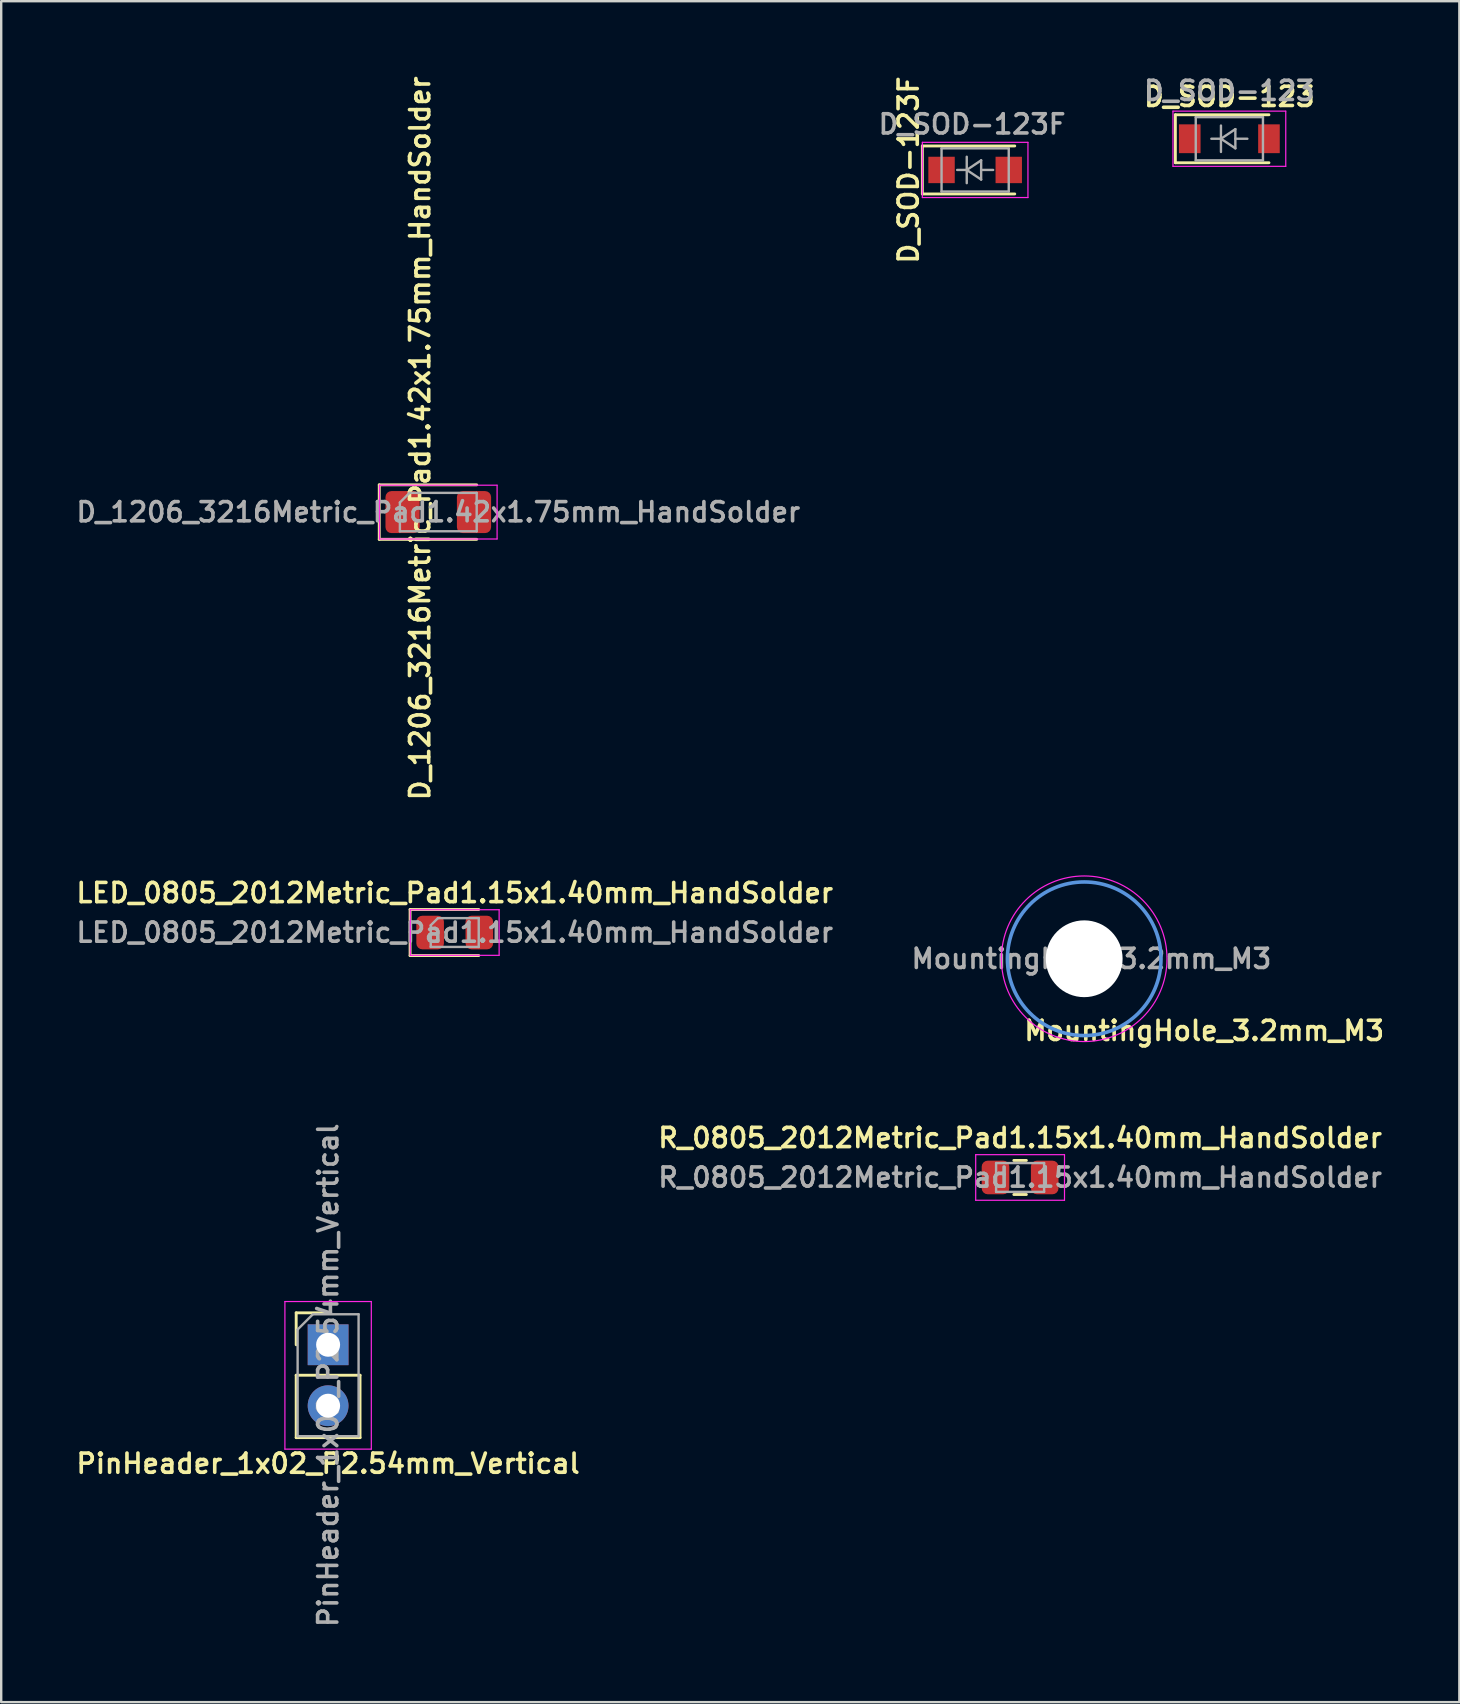
<source format=kicad_pcb>
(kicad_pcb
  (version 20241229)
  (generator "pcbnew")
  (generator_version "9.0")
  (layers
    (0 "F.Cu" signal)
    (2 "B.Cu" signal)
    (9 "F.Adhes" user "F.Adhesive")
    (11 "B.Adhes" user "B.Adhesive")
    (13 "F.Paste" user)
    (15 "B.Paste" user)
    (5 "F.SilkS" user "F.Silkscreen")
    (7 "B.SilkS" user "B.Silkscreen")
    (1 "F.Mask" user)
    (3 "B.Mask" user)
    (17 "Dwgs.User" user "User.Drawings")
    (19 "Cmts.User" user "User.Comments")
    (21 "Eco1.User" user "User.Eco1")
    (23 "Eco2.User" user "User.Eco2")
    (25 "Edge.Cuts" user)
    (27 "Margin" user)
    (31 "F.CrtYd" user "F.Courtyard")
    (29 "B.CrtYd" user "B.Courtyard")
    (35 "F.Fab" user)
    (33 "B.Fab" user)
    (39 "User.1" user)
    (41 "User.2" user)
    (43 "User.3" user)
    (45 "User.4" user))
  (footprint "D_SOD-123F"
    (layer "F.Cu")
    (at 37.581 4.031)
    (property "Reference" "D_SOD-123F" (at -2.775 0 90) (layer "F.SilkS") (effects (font (size 0.8 0.8) (thickness 0.15))))
    (attr smd)
    (fp_line (start -2.2 -1) (end -2.2 1) (stroke (width 0.12) (type solid)) (layer "F.SilkS"))
    (fp_line (start -2.2 -1) (end 1.65 -1) (stroke (width 0.12) (type solid)) (layer "F.SilkS"))
    (fp_line (start -2.2 1) (end 1.65 1) (stroke (width 0.12) (type solid)) (layer "F.SilkS"))
    (fp_line (start -2.2 -1.15) (end -2.2 1.15) (stroke (width 0.05) (type solid)) (layer "F.CrtYd"))
    (fp_line (start -2.2 -1.15) (end 2.2 -1.15) (stroke (width 0.05) (type solid)) (layer "F.CrtYd"))
    (fp_line (start 2.2 -1.15) (end 2.2 1.15) (stroke (width 0.05) (type solid)) (layer "F.CrtYd"))
    (fp_line (start 2.2 1.15) (end -2.2 1.15) (stroke (width 0.05) (type solid)) (layer "F.CrtYd"))
    (fp_line (start -1.4 -0.9) (end 1.4 -0.9) (stroke (width 0.1) (type solid)) (layer "F.Fab"))
    (fp_line (start -1.4 0.9) (end -1.4 -0.9) (stroke (width 0.1) (type solid)) (layer "F.Fab"))
    (fp_line (start -0.75 0) (end -0.35 0) (stroke (width 0.1) (type solid)) (layer "F.Fab"))
    (fp_line (start -0.35 0) (end -0.35 -0.55) (stroke (width 0.1) (type solid)) (layer "F.Fab"))
    (fp_line (start -0.35 0) (end -0.35 0.55) (stroke (width 0.1) (type solid)) (layer "F.Fab"))
    (fp_line (start -0.35 0) (end 0.25 -0.4) (stroke (width 0.1) (type solid)) (layer "F.Fab"))
    (fp_line (start 0.25 -0.4) (end 0.25 0.4) (stroke (width 0.1) (type solid)) (layer "F.Fab"))
    (fp_line (start 0.25 0) (end 0.75 0) (stroke (width 0.1) (type solid)) (layer "F.Fab"))
    (fp_line (start 0.25 0.4) (end -0.35 0) (stroke (width 0.1) (type solid)) (layer "F.Fab"))
    (fp_line (start 1.4 -0.9) (end 1.4 0.9) (stroke (width 0.1) (type solid)) (layer "F.Fab"))
    (fp_line (start 1.4 0.9) (end -1.4 0.9) (stroke (width 0.1) (type solid)) (layer "F.Fab"))
    (fp_text user "${REFERENCE}" (at -0.127 -1.905 0) (layer "F.Fab") (effects (font (size 0.8 0.8) (thickness 0.15))))
    (pad "1" smd rect (at -1.4 0) (size 1.1 1.1) (layers "F.Cu" "F.Mask" "F.Paste"))
    (pad "2" smd rect (at 1.4 0) (size 1.1 1.1) (layers "F.Cu" "F.Mask" "F.Paste")))
  (footprint "LED_0805_2012Metric_Pad1.15x1.40mm_HandSolder"
    (layer "F.Cu")
    (at 15.897 35.805)
    (property "Reference" "LED_0805_2012Metric_Pad1.15x1.40mm_HandSolder" (at 0 -1.65 0) (layer "F.SilkS") (effects (font (size 0.8 0.8) (thickness 0.15))))
    (attr smd)
    (fp_line (start -1.86 -0.96) (end -1.86 0.96) (stroke (width 0.12) (type solid)) (layer "F.SilkS"))
    (fp_line (start -1.86 0.96) (end 1 0.96) (stroke (width 0.12) (type solid)) (layer "F.SilkS"))
    (fp_line (start 1 -0.96) (end -1.86 -0.96) (stroke (width 0.12) (type solid)) (layer "F.SilkS"))
    (fp_line (start -1.85 -0.95) (end 1.85 -0.95) (stroke (width 0.05) (type solid)) (layer "F.CrtYd"))
    (fp_line (start -1.85 0.95) (end -1.85 -0.95) (stroke (width 0.05) (type solid)) (layer "F.CrtYd"))
    (fp_line (start 1.85 -0.95) (end 1.85 0.95) (stroke (width 0.05) (type solid)) (layer "F.CrtYd"))
    (fp_line (start 1.85 0.95) (end -1.85 0.95) (stroke (width 0.05) (type solid)) (layer "F.CrtYd"))
    (fp_line (start -1 -0.3) (end -1 0.6) (stroke (width 0.1) (type solid)) (layer "F.Fab"))
    (fp_line (start -1 0.6) (end 1 0.6) (stroke (width 0.1) (type solid)) (layer "F.Fab"))
    (fp_line (start -0.7 -0.6) (end -1 -0.3) (stroke (width 0.1) (type solid)) (layer "F.Fab"))
    (fp_line (start 1 -0.6) (end -0.7 -0.6) (stroke (width 0.1) (type solid)) (layer "F.Fab"))
    (fp_line (start 1 0.6) (end 1 -0.6) (stroke (width 0.1) (type solid)) (layer "F.Fab"))
    (fp_text user "${REFERENCE}" (at 0 0 0) (layer "F.Fab") (effects (font (size 0.8 0.8) (thickness 0.15))))
    (pad "1" smd roundrect (at -1.025 0) (size 1.15 1.4) (layers "F.Cu" "F.Mask" "F.Paste") (roundrect_rratio 0.217))
    (pad "2" smd roundrect (at 1.025 0) (size 1.15 1.4) (layers "F.Cu" "F.Mask" "F.Paste") (roundrect_rratio 0.217)))
  (footprint "MountingHole_3.2mm_M3"
    (layer "F.Cu")
    (at 42.125 36.898)
    (property "Reference" "MountingHole_3.2mm_M3" (at 5 3 0) (layer "F.SilkS") (effects (font (size 0.8 0.8) (thickness 0.15))))
    (attr exclude_from_pos_files exclude_from_bom)
    (fp_circle (center 0 0) (end 3.2 0) (stroke (width 0.15) (type solid)) (fill no) (layer "Cmts.User"))
    (fp_circle (center 0 0) (end 3.45 0) (stroke (width 0.05) (type solid)) (fill no) (layer "F.CrtYd"))
    (fp_text user "${REFERENCE}" (at 0.3 0 0) (layer "F.Fab") (effects (font (size 0.8 0.8) (thickness 0.15))))
    (pad "" np_thru_hole circle (at 0 0) (size 3.2 3.2) (drill 3.2) (layers "*.Cu" "*.Mask")))
  (footprint "PinHeader_1x02_P2.54mm_Vertical"
    (layer "F.Cu")
    (at 10.621 52.981)
    (property "Reference" "PinHeader_1x02_P2.54mm_Vertical" (at 0 4.95 0) (layer "F.SilkS") (effects (font (size 0.8 0.8) (thickness 0.15))))
    (attr through_hole)
    (fp_line (start -1.33 -1.33) (end 0 -1.33) (stroke (width 0.12) (type solid)) (layer "F.SilkS"))
    (fp_line (start -1.33 0) (end -1.33 -1.33) (stroke (width 0.12) (type solid)) (layer "F.SilkS"))
    (fp_line (start -1.33 1.27) (end -1.33 3.87) (stroke (width 0.12) (type solid)) (layer "F.SilkS"))
    (fp_line (start -1.33 1.27) (end 1.33 1.27) (stroke (width 0.12) (type solid)) (layer "F.SilkS"))
    (fp_line (start -1.33 3.87) (end 1.33 3.87) (stroke (width 0.12) (type solid)) (layer "F.SilkS"))
    (fp_line (start 1.33 1.27) (end 1.33 3.87) (stroke (width 0.12) (type solid)) (layer "F.SilkS"))
    (fp_line (start -1.8 -1.8) (end -1.8 4.35) (stroke (width 0.05) (type solid)) (layer "F.CrtYd"))
    (fp_line (start -1.8 4.35) (end 1.8 4.35) (stroke (width 0.05) (type solid)) (layer "F.CrtYd"))
    (fp_line (start 1.8 -1.8) (end -1.8 -1.8) (stroke (width 0.05) (type solid)) (layer "F.CrtYd"))
    (fp_line (start 1.8 4.35) (end 1.8 -1.8) (stroke (width 0.05) (type solid)) (layer "F.CrtYd"))
    (fp_line (start -1.27 -0.635) (end -0.635 -1.27) (stroke (width 0.1) (type solid)) (layer "F.Fab"))
    (fp_line (start -1.27 3.81) (end -1.27 -0.635) (stroke (width 0.1) (type solid)) (layer "F.Fab"))
    (fp_line (start -0.635 -1.27) (end 1.27 -1.27) (stroke (width 0.1) (type solid)) (layer "F.Fab"))
    (fp_line (start 1.27 -1.27) (end 1.27 3.81) (stroke (width 0.1) (type solid)) (layer "F.Fab"))
    (fp_line (start 1.27 3.81) (end -1.27 3.81) (stroke (width 0.1) (type solid)) (layer "F.Fab"))
    (fp_text user "${REFERENCE}" (at 0 1.27 90) (layer "F.Fab") (effects (font (size 0.8 0.8) (thickness 0.15))))
    (pad "1" thru_hole rect (at 0 0) (size 1.7 1.7) (drill 1) (layers "*.Cu" "*.Mask"))
    (pad "2" thru_hole oval (at 0 2.54) (size 1.7 1.7) (drill 1) (layers "*.Cu" "*.Mask")))
  (footprint "D_SOD-123"
    (layer "F.Cu")
    (at 48.173 2.731)
    (property "Reference" "D_SOD-123" (at 0 -1.75 0) (layer "F.SilkS") (effects (font (size 0.8 0.8) (thickness 0.15))))
    (attr smd)
    (fp_line (start -2.25 -1) (end -2.25 1) (stroke (width 0.12) (type solid)) (layer "F.SilkS"))
    (fp_line (start -2.25 -1) (end 1.65 -1) (stroke (width 0.12) (type solid)) (layer "F.SilkS"))
    (fp_line (start -2.25 1) (end 1.65 1) (stroke (width 0.12) (type solid)) (layer "F.SilkS"))
    (fp_line (start -2.35 -1.15) (end -2.35 1.15) (stroke (width 0.05) (type solid)) (layer "F.CrtYd"))
    (fp_line (start -2.35 -1.15) (end 2.35 -1.15) (stroke (width 0.05) (type solid)) (layer "F.CrtYd"))
    (fp_line (start 2.35 -1.15) (end 2.35 1.15) (stroke (width 0.05) (type solid)) (layer "F.CrtYd"))
    (fp_line (start 2.35 1.15) (end -2.35 1.15) (stroke (width 0.05) (type solid)) (layer "F.CrtYd"))
    (fp_line (start -1.4 -0.9) (end 1.4 -0.9) (stroke (width 0.1) (type solid)) (layer "F.Fab"))
    (fp_line (start -1.4 0.9) (end -1.4 -0.9) (stroke (width 0.1) (type solid)) (layer "F.Fab"))
    (fp_line (start -0.75 0) (end -0.35 0) (stroke (width 0.1) (type solid)) (layer "F.Fab"))
    (fp_line (start -0.35 0) (end -0.35 -0.55) (stroke (width 0.1) (type solid)) (layer "F.Fab"))
    (fp_line (start -0.35 0) (end -0.35 0.55) (stroke (width 0.1) (type solid)) (layer "F.Fab"))
    (fp_line (start -0.35 0) (end 0.25 -0.4) (stroke (width 0.1) (type solid)) (layer "F.Fab"))
    (fp_line (start 0.25 -0.4) (end 0.25 0.4) (stroke (width 0.1) (type solid)) (layer "F.Fab"))
    (fp_line (start 0.25 0) (end 0.75 0) (stroke (width 0.1) (type solid)) (layer "F.Fab"))
    (fp_line (start 0.25 0.4) (end -0.35 0) (stroke (width 0.1) (type solid)) (layer "F.Fab"))
    (fp_line (start 1.4 -0.9) (end 1.4 0.9) (stroke (width 0.1) (type solid)) (layer "F.Fab"))
    (fp_line (start 1.4 0.9) (end -1.4 0.9) (stroke (width 0.1) (type solid)) (layer "F.Fab"))
    (fp_text user "${REFERENCE}" (at 0 -2 0) (layer "F.Fab") (effects (font (size 0.8 0.8) (thickness 0.15))))
    (pad "1" smd rect (at -1.65 0) (size 0.9 1.2) (layers "F.Cu" "F.Mask" "F.Paste"))
    (pad "2" smd rect (at 1.65 0) (size 0.9 1.2) (layers "F.Cu" "F.Mask" "F.Paste")))
  (footprint "D_1206_3216Metric_Pad1.42x1.75mm_HandSolder"
    (layer "F.Cu")
    (at 15.212 18.287)
    (property "Reference" "D_1206_3216Metric_Pad1.42x1.75mm_HandSolder" (at -0.762 -3.075 90) (layer "F.SilkS") (effects (font (size 0.8 0.8) (thickness 0.15))))
    (attr smd)
    (fp_line (start -2.46 -1.135) (end -2.46 1.135) (stroke (width 0.12) (type solid)) (layer "F.SilkS"))
    (fp_line (start -2.46 1.135) (end 1.6 1.135) (stroke (width 0.12) (type solid)) (layer "F.SilkS"))
    (fp_line (start 1.6 -1.135) (end -2.46 -1.135) (stroke (width 0.12) (type solid)) (layer "F.SilkS"))
    (fp_line (start -2.45 -1.12) (end 2.45 -1.12) (stroke (width 0.05) (type solid)) (layer "F.CrtYd"))
    (fp_line (start -2.45 1.12) (end -2.45 -1.12) (stroke (width 0.05) (type solid)) (layer "F.CrtYd"))
    (fp_line (start 2.45 -1.12) (end 2.45 1.12) (stroke (width 0.05) (type solid)) (layer "F.CrtYd"))
    (fp_line (start 2.45 1.12) (end -2.45 1.12) (stroke (width 0.05) (type solid)) (layer "F.CrtYd"))
    (fp_line (start -1.6 -0.4) (end -1.6 0.8) (stroke (width 0.1) (type solid)) (layer "F.Fab"))
    (fp_line (start -1.6 0.8) (end 1.6 0.8) (stroke (width 0.1) (type solid)) (layer "F.Fab"))
    (fp_line (start -1.2 -0.8) (end -1.6 -0.4) (stroke (width 0.1) (type solid)) (layer "F.Fab"))
    (fp_line (start 1.6 -0.8) (end -1.2 -0.8) (stroke (width 0.1) (type solid)) (layer "F.Fab"))
    (fp_line (start 1.6 0.8) (end 1.6 -0.8) (stroke (width 0.1) (type solid)) (layer "F.Fab"))
    (fp_text user "${REFERENCE}" (at 0 0 0) (layer "F.Fab") (effects (font (size 0.8 0.8) (thickness 0.15))))
    (pad "1" smd roundrect (at -1.488 0) (size 1.425 1.75) (layers "F.Cu" "F.Mask" "F.Paste") (roundrect_rratio 0.175))
    (pad "2" smd roundrect (at 1.488 0) (size 1.425 1.75) (layers "F.Cu" "F.Mask" "F.Paste") (roundrect_rratio 0.175)))
  (footprint "R_0805_2012Metric_Pad1.15x1.40mm_HandSolder"
    (layer "F.Cu")
    (at 39.454 46.011)
    (property "Reference" "R_0805_2012Metric_Pad1.15x1.40mm_HandSolder" (at 0 -1.65 0) (layer "F.SilkS") (effects (font (size 0.8 0.8) (thickness 0.15))))
    (attr smd)
    (fp_line (start -0.261 -0.71) (end 0.261 -0.71) (stroke (width 0.12) (type solid)) (layer "F.SilkS"))
    (fp_line (start -0.261 0.71) (end 0.261 0.71) (stroke (width 0.12) (type solid)) (layer "F.SilkS"))
    (fp_line (start -1.85 -0.95) (end 1.85 -0.95) (stroke (width 0.05) (type solid)) (layer "F.CrtYd"))
    (fp_line (start -1.85 0.95) (end -1.85 -0.95) (stroke (width 0.05) (type solid)) (layer "F.CrtYd"))
    (fp_line (start 1.85 -0.95) (end 1.85 0.95) (stroke (width 0.05) (type solid)) (layer "F.CrtYd"))
    (fp_line (start 1.85 0.95) (end -1.85 0.95) (stroke (width 0.05) (type solid)) (layer "F.CrtYd"))
    (fp_line (start -1 -0.6) (end 1 -0.6) (stroke (width 0.1) (type solid)) (layer "F.Fab"))
    (fp_line (start -1 0.6) (end -1 -0.6) (stroke (width 0.1) (type solid)) (layer "F.Fab"))
    (fp_line (start 1 -0.6) (end 1 0.6) (stroke (width 0.1) (type solid)) (layer "F.Fab"))
    (fp_line (start 1 0.6) (end -1 0.6) (stroke (width 0.1) (type solid)) (layer "F.Fab"))
    (fp_text user "${REFERENCE}" (at 0 0 0) (layer "F.Fab") (effects (font (size 0.8 0.8) (thickness 0.15))))
    (pad "1" smd roundrect (at -1.025 0) (size 1.15 1.4) (layers "F.Cu" "F.Mask" "F.Paste") (roundrect_rratio 0.217))
    (pad "2" smd roundrect (at 1.025 0) (size 1.15 1.4) (layers "F.Cu" "F.Mask" "F.Paste") (roundrect_rratio 0.217)))
  (gr_rect
    (start -3 -3)
    (end 57.756 67.872)
    (stroke (width 0.1) (type default))
    (fill no)
    (layer "Edge.Cuts")))
</source>
